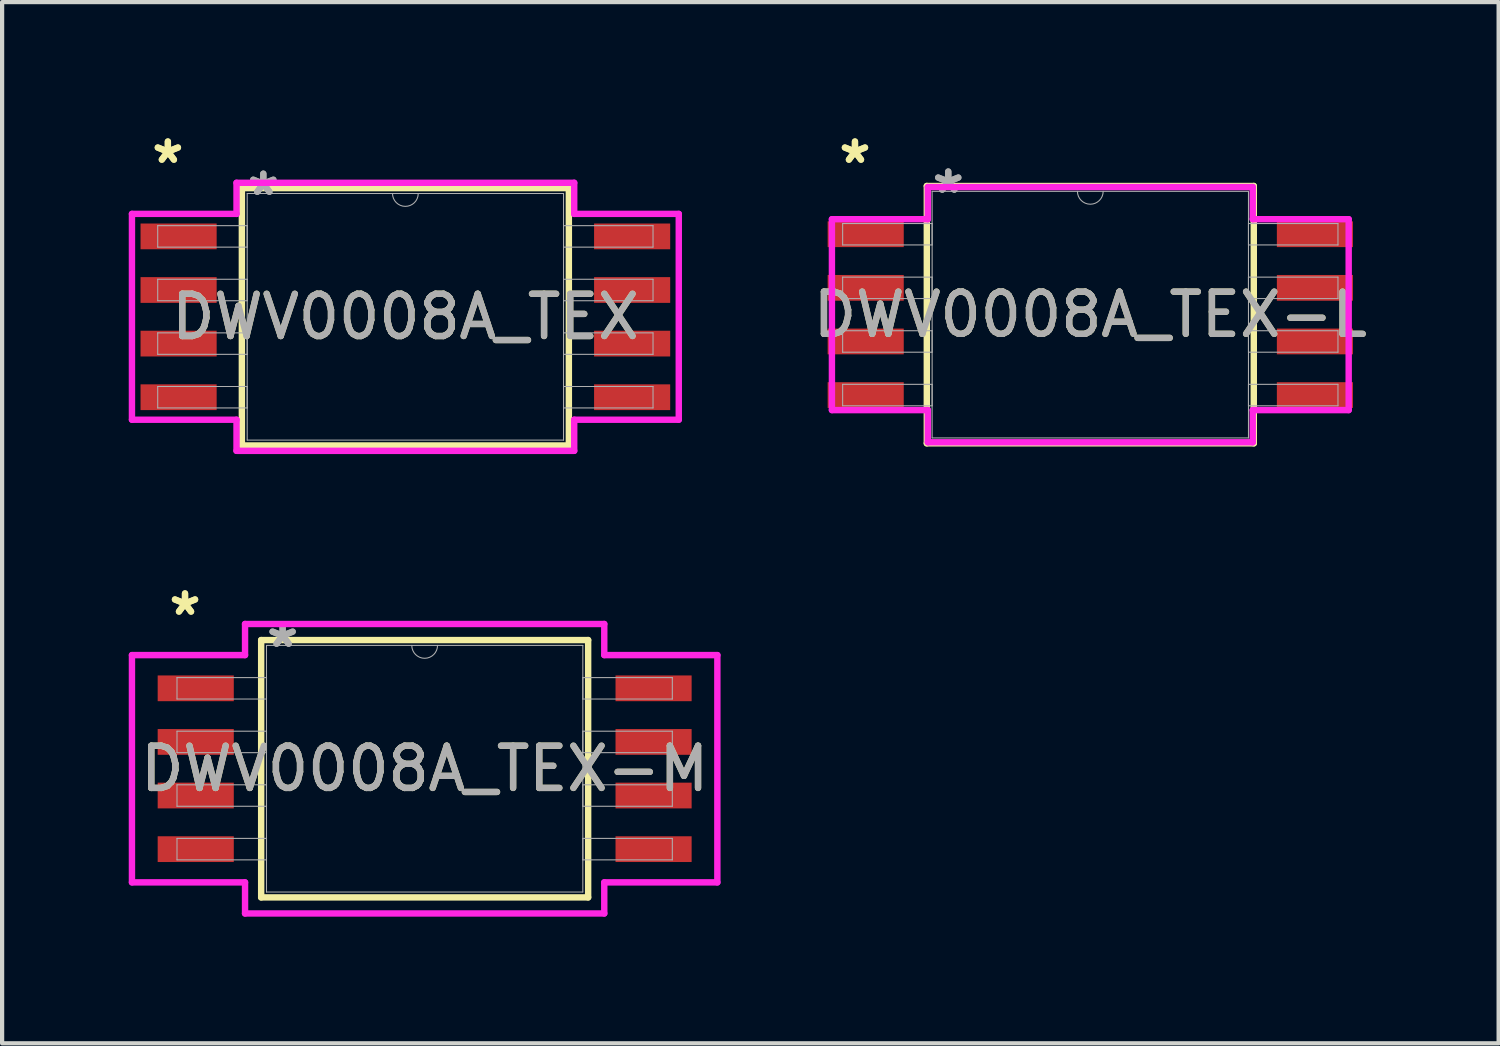
<source format=kicad_pcb>
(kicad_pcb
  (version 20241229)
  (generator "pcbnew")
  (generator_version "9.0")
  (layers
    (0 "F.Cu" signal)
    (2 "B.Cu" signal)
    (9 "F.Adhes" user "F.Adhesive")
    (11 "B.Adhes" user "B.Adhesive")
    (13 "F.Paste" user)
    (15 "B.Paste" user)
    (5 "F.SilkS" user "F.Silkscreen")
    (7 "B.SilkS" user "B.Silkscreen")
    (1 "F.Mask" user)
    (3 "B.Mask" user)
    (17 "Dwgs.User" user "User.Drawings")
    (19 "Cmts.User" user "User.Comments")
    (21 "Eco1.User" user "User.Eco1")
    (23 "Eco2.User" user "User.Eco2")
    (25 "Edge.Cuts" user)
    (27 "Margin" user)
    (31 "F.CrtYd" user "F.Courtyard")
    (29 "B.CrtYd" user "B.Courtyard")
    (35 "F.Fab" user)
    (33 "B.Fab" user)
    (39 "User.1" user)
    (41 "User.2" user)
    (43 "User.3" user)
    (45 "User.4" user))
  (footprint "DWV0008A_TEX-M"
    (layer "F.Cu")
    (at 7.01 15.161)
    (property "Reference" "DWV0008A_TEX-M" (at 0 0 0) (unlocked yes) (layer "F.SilkS") (effects (font (size 1 1) (thickness 0.15))))
    (attr smd)
    (fp_line (start -3.873 -3.048) (end -3.873 3.048) (stroke (width 0.152) (type solid)) (layer "F.SilkS"))
    (fp_line (start -3.873 3.048) (end 3.873 3.048) (stroke (width 0.152) (type solid)) (layer "F.SilkS"))
    (fp_line (start 3.873 -3.048) (end -3.873 -3.048) (stroke (width 0.152) (type solid)) (layer "F.SilkS"))
    (fp_line (start 3.873 3.048) (end 3.873 -3.048) (stroke (width 0.152) (type solid)) (layer "F.SilkS"))
    (fp_line (start -6.934 -2.692) (end -4.255 -2.692) (stroke (width 0.152) (type solid)) (layer "F.CrtYd"))
    (fp_line (start -6.934 2.692) (end -6.934 -2.692) (stroke (width 0.152) (type solid)) (layer "F.CrtYd"))
    (fp_line (start -6.934 2.692) (end -4.255 2.692) (stroke (width 0.152) (type solid)) (layer "F.CrtYd"))
    (fp_line (start -4.255 -3.429) (end 4.255 -3.429) (stroke (width 0.152) (type solid)) (layer "F.CrtYd"))
    (fp_line (start -4.255 -2.692) (end -4.255 -3.429) (stroke (width 0.152) (type solid)) (layer "F.CrtYd"))
    (fp_line (start -4.255 3.429) (end -4.255 2.692) (stroke (width 0.152) (type solid)) (layer "F.CrtYd"))
    (fp_line (start 4.255 -3.429) (end 4.255 -2.692) (stroke (width 0.152) (type solid)) (layer "F.CrtYd"))
    (fp_line (start 4.255 2.692) (end 4.255 3.429) (stroke (width 0.152) (type solid)) (layer "F.CrtYd"))
    (fp_line (start 4.255 3.429) (end -4.255 3.429) (stroke (width 0.152) (type solid)) (layer "F.CrtYd"))
    (fp_line (start 6.934 -2.692) (end 4.255 -2.692) (stroke (width 0.152) (type solid)) (layer "F.CrtYd"))
    (fp_line (start 6.934 -2.692) (end 6.934 2.692) (stroke (width 0.152) (type solid)) (layer "F.CrtYd"))
    (fp_line (start 6.934 2.692) (end 4.255 2.692) (stroke (width 0.152) (type solid)) (layer "F.CrtYd"))
    (fp_line (start -5.867 -2.159) (end -5.867 -1.651) (stroke (width 0.025) (type solid)) (layer "F.Fab"))
    (fp_line (start -5.867 -1.651) (end -3.747 -1.651) (stroke (width 0.025) (type solid)) (layer "F.Fab"))
    (fp_line (start -5.867 -0.889) (end -5.867 -0.381) (stroke (width 0.025) (type solid)) (layer "F.Fab"))
    (fp_line (start -5.867 -0.381) (end -3.747 -0.381) (stroke (width 0.025) (type solid)) (layer "F.Fab"))
    (fp_line (start -5.867 0.381) (end -5.867 0.889) (stroke (width 0.025) (type solid)) (layer "F.Fab"))
    (fp_line (start -5.867 0.889) (end -3.747 0.889) (stroke (width 0.025) (type solid)) (layer "F.Fab"))
    (fp_line (start -5.867 1.651) (end -5.867 2.159) (stroke (width 0.025) (type solid)) (layer "F.Fab"))
    (fp_line (start -5.867 2.159) (end -3.747 2.159) (stroke (width 0.025) (type solid)) (layer "F.Fab"))
    (fp_line (start -3.747 -2.921) (end -3.747 2.921) (stroke (width 0.025) (type solid)) (layer "F.Fab"))
    (fp_line (start -3.747 -2.159) (end -5.867 -2.159) (stroke (width 0.025) (type solid)) (layer "F.Fab"))
    (fp_line (start -3.747 -1.651) (end -3.747 -2.159) (stroke (width 0.025) (type solid)) (layer "F.Fab"))
    (fp_line (start -3.747 -0.889) (end -5.867 -0.889) (stroke (width 0.025) (type solid)) (layer "F.Fab"))
    (fp_line (start -3.747 -0.381) (end -3.747 -0.889) (stroke (width 0.025) (type solid)) (layer "F.Fab"))
    (fp_line (start -3.747 0.381) (end -5.867 0.381) (stroke (width 0.025) (type solid)) (layer "F.Fab"))
    (fp_line (start -3.747 0.889) (end -3.747 0.381) (stroke (width 0.025) (type solid)) (layer "F.Fab"))
    (fp_line (start -3.747 1.651) (end -5.867 1.651) (stroke (width 0.025) (type solid)) (layer "F.Fab"))
    (fp_line (start -3.747 2.159) (end -3.747 1.651) (stroke (width 0.025) (type solid)) (layer "F.Fab"))
    (fp_line (start -3.747 2.921) (end 3.747 2.921) (stroke (width 0.025) (type solid)) (layer "F.Fab"))
    (fp_line (start 3.747 -2.921) (end -3.747 -2.921) (stroke (width 0.025) (type solid)) (layer "F.Fab"))
    (fp_line (start 3.747 -2.159) (end 3.747 -1.651) (stroke (width 0.025) (type solid)) (layer "F.Fab"))
    (fp_line (start 3.747 -1.651) (end 5.867 -1.651) (stroke (width 0.025) (type solid)) (layer "F.Fab"))
    (fp_line (start 3.747 -0.889) (end 3.747 -0.381) (stroke (width 0.025) (type solid)) (layer "F.Fab"))
    (fp_line (start 3.747 -0.381) (end 5.867 -0.381) (stroke (width 0.025) (type solid)) (layer "F.Fab"))
    (fp_line (start 3.747 0.381) (end 3.747 0.889) (stroke (width 0.025) (type solid)) (layer "F.Fab"))
    (fp_line (start 3.747 0.889) (end 5.867 0.889) (stroke (width 0.025) (type solid)) (layer "F.Fab"))
    (fp_line (start 3.747 1.651) (end 3.747 2.159) (stroke (width 0.025) (type solid)) (layer "F.Fab"))
    (fp_line (start 3.747 2.159) (end 5.867 2.159) (stroke (width 0.025) (type solid)) (layer "F.Fab"))
    (fp_line (start 3.747 2.921) (end 3.747 -2.921) (stroke (width 0.025) (type solid)) (layer "F.Fab"))
    (fp_line (start 5.867 -2.159) (end 3.747 -2.159) (stroke (width 0.025) (type solid)) (layer "F.Fab"))
    (fp_line (start 5.867 -1.651) (end 5.867 -2.159) (stroke (width 0.025) (type solid)) (layer "F.Fab"))
    (fp_line (start 5.867 -0.889) (end 3.747 -0.889) (stroke (width 0.025) (type solid)) (layer "F.Fab"))
    (fp_line (start 5.867 -0.381) (end 5.867 -0.889) (stroke (width 0.025) (type solid)) (layer "F.Fab"))
    (fp_line (start 5.867 0.381) (end 3.747 0.381) (stroke (width 0.025) (type solid)) (layer "F.Fab"))
    (fp_line (start 5.867 0.889) (end 5.867 0.381) (stroke (width 0.025) (type solid)) (layer "F.Fab"))
    (fp_line (start 5.867 1.651) (end 3.747 1.651) (stroke (width 0.025) (type solid)) (layer "F.Fab"))
    (fp_line (start 5.867 2.159) (end 5.867 1.651) (stroke (width 0.025) (type solid)) (layer "F.Fab"))
    (fp_arc (start 0.3048 -2.921) (mid 0 -2.6162) (end -0.3048 -2.921) (stroke (width 0.0254) (type solid)) (layer "F.Fab"))
    (fp_text user "*" (at -5.677 -3.607 0) (unlocked yes) (layer "F.SilkS") (effects (font (size 1 1) (thickness 0.15))))
    (fp_text user "*" (at -5.677 -3.607 0) (layer "F.SilkS") (effects (font (size 1 1) (thickness 0.15))))
    (fp_text user "*" (at -3.365 -2.845 0) (unlocked yes) (layer "F.Fab") (effects (font (size 1 1) (thickness 0.15))))
    (fp_text user "*" (at -3.365 -2.845 0) (layer "F.Fab") (effects (font (size 1 1) (thickness 0.15))))
    (fp_text user "${REFERENCE}" (at 0 0 0) (unlocked yes) (layer "F.Fab") (effects (font (size 1 1) (thickness 0.15))))
    (pad "1" smd rect (at -5.423 -1.905) (size 1.803 0.61) (layers "F.Cu" "F.Mask" "F.Paste"))
    (pad "2" smd rect (at -5.423 -0.635) (size 1.803 0.61) (layers "F.Cu" "F.Mask" "F.Paste"))
    (pad "3" smd rect (at -5.423 0.635) (size 1.803 0.61) (layers "F.Cu" "F.Mask" "F.Paste"))
    (pad "4" smd rect (at -5.423 1.905) (size 1.803 0.61) (layers "F.Cu" "F.Mask" "F.Paste"))
    (pad "5" smd rect (at 5.423 1.905) (size 1.803 0.61) (layers "F.Cu" "F.Mask" "F.Paste"))
    (pad "6" smd rect (at 5.423 0.635) (size 1.803 0.61) (layers "F.Cu" "F.Mask" "F.Paste"))
    (pad "7" smd rect (at 5.423 -0.635) (size 1.803 0.61) (layers "F.Cu" "F.Mask" "F.Paste"))
    (pad "8" smd rect (at 5.423 -1.905) (size 1.803 0.61) (layers "F.Cu" "F.Mask" "F.Paste")))
  (footprint "DWV0008A_TEX-L"
    (layer "F.Cu")
    (at 22.779 4.404)
    (property "Reference" "DWV0008A_TEX-L" (at 0 0 0) (unlocked yes) (layer "F.SilkS") (effects (font (size 1 1) (thickness 0.15))))
    (attr smd)
    (fp_line (start -3.873 -3.048) (end -3.873 3.048) (stroke (width 0.152) (type solid)) (layer "F.SilkS"))
    (fp_line (start -3.873 3.048) (end 3.873 3.048) (stroke (width 0.152) (type solid)) (layer "F.SilkS"))
    (fp_line (start 3.873 -3.048) (end -3.873 -3.048) (stroke (width 0.152) (type solid)) (layer "F.SilkS"))
    (fp_line (start 3.873 3.048) (end 3.873 -3.048) (stroke (width 0.152) (type solid)) (layer "F.SilkS"))
    (fp_line (start -6.121 -2.261) (end -3.848 -2.261) (stroke (width 0.152) (type solid)) (layer "F.CrtYd"))
    (fp_line (start -6.121 2.261) (end -6.121 -2.261) (stroke (width 0.152) (type solid)) (layer "F.CrtYd"))
    (fp_line (start -6.121 2.261) (end -3.848 2.261) (stroke (width 0.152) (type solid)) (layer "F.CrtYd"))
    (fp_line (start -3.848 -3.023) (end 3.848 -3.023) (stroke (width 0.152) (type solid)) (layer "F.CrtYd"))
    (fp_line (start -3.848 -2.261) (end -3.848 -3.023) (stroke (width 0.152) (type solid)) (layer "F.CrtYd"))
    (fp_line (start -3.848 3.023) (end -3.848 2.261) (stroke (width 0.152) (type solid)) (layer "F.CrtYd"))
    (fp_line (start 3.848 -3.023) (end 3.848 -2.261) (stroke (width 0.152) (type solid)) (layer "F.CrtYd"))
    (fp_line (start 3.848 2.261) (end 3.848 3.023) (stroke (width 0.152) (type solid)) (layer "F.CrtYd"))
    (fp_line (start 3.848 3.023) (end -3.848 3.023) (stroke (width 0.152) (type solid)) (layer "F.CrtYd"))
    (fp_line (start 6.121 -2.261) (end 3.848 -2.261) (stroke (width 0.152) (type solid)) (layer "F.CrtYd"))
    (fp_line (start 6.121 -2.261) (end 6.121 2.261) (stroke (width 0.152) (type solid)) (layer "F.CrtYd"))
    (fp_line (start 6.121 2.261) (end 3.848 2.261) (stroke (width 0.152) (type solid)) (layer "F.CrtYd"))
    (fp_line (start -5.867 -2.159) (end -5.867 -1.651) (stroke (width 0.025) (type solid)) (layer "F.Fab"))
    (fp_line (start -5.867 -1.651) (end -3.747 -1.651) (stroke (width 0.025) (type solid)) (layer "F.Fab"))
    (fp_line (start -5.867 -0.889) (end -5.867 -0.381) (stroke (width 0.025) (type solid)) (layer "F.Fab"))
    (fp_line (start -5.867 -0.381) (end -3.747 -0.381) (stroke (width 0.025) (type solid)) (layer "F.Fab"))
    (fp_line (start -5.867 0.381) (end -5.867 0.889) (stroke (width 0.025) (type solid)) (layer "F.Fab"))
    (fp_line (start -5.867 0.889) (end -3.747 0.889) (stroke (width 0.025) (type solid)) (layer "F.Fab"))
    (fp_line (start -5.867 1.651) (end -5.867 2.159) (stroke (width 0.025) (type solid)) (layer "F.Fab"))
    (fp_line (start -5.867 2.159) (end -3.747 2.159) (stroke (width 0.025) (type solid)) (layer "F.Fab"))
    (fp_line (start -3.747 -2.921) (end -3.747 2.921) (stroke (width 0.025) (type solid)) (layer "F.Fab"))
    (fp_line (start -3.747 -2.159) (end -5.867 -2.159) (stroke (width 0.025) (type solid)) (layer "F.Fab"))
    (fp_line (start -3.747 -1.651) (end -3.747 -2.159) (stroke (width 0.025) (type solid)) (layer "F.Fab"))
    (fp_line (start -3.747 -0.889) (end -5.867 -0.889) (stroke (width 0.025) (type solid)) (layer "F.Fab"))
    (fp_line (start -3.747 -0.381) (end -3.747 -0.889) (stroke (width 0.025) (type solid)) (layer "F.Fab"))
    (fp_line (start -3.747 0.381) (end -5.867 0.381) (stroke (width 0.025) (type solid)) (layer "F.Fab"))
    (fp_line (start -3.747 0.889) (end -3.747 0.381) (stroke (width 0.025) (type solid)) (layer "F.Fab"))
    (fp_line (start -3.747 1.651) (end -5.867 1.651) (stroke (width 0.025) (type solid)) (layer "F.Fab"))
    (fp_line (start -3.747 2.159) (end -3.747 1.651) (stroke (width 0.025) (type solid)) (layer "F.Fab"))
    (fp_line (start -3.747 2.921) (end 3.747 2.921) (stroke (width 0.025) (type solid)) (layer "F.Fab"))
    (fp_line (start 3.747 -2.921) (end -3.747 -2.921) (stroke (width 0.025) (type solid)) (layer "F.Fab"))
    (fp_line (start 3.747 -2.159) (end 3.747 -1.651) (stroke (width 0.025) (type solid)) (layer "F.Fab"))
    (fp_line (start 3.747 -1.651) (end 5.867 -1.651) (stroke (width 0.025) (type solid)) (layer "F.Fab"))
    (fp_line (start 3.747 -0.889) (end 3.747 -0.381) (stroke (width 0.025) (type solid)) (layer "F.Fab"))
    (fp_line (start 3.747 -0.381) (end 5.867 -0.381) (stroke (width 0.025) (type solid)) (layer "F.Fab"))
    (fp_line (start 3.747 0.381) (end 3.747 0.889) (stroke (width 0.025) (type solid)) (layer "F.Fab"))
    (fp_line (start 3.747 0.889) (end 5.867 0.889) (stroke (width 0.025) (type solid)) (layer "F.Fab"))
    (fp_line (start 3.747 1.651) (end 3.747 2.159) (stroke (width 0.025) (type solid)) (layer "F.Fab"))
    (fp_line (start 3.747 2.159) (end 5.867 2.159) (stroke (width 0.025) (type solid)) (layer "F.Fab"))
    (fp_line (start 3.747 2.921) (end 3.747 -2.921) (stroke (width 0.025) (type solid)) (layer "F.Fab"))
    (fp_line (start 5.867 -2.159) (end 3.747 -2.159) (stroke (width 0.025) (type solid)) (layer "F.Fab"))
    (fp_line (start 5.867 -1.651) (end 5.867 -2.159) (stroke (width 0.025) (type solid)) (layer "F.Fab"))
    (fp_line (start 5.867 -0.889) (end 3.747 -0.889) (stroke (width 0.025) (type solid)) (layer "F.Fab"))
    (fp_line (start 5.867 -0.381) (end 5.867 -0.889) (stroke (width 0.025) (type solid)) (layer "F.Fab"))
    (fp_line (start 5.867 0.381) (end 3.747 0.381) (stroke (width 0.025) (type solid)) (layer "F.Fab"))
    (fp_line (start 5.867 0.889) (end 5.867 0.381) (stroke (width 0.025) (type solid)) (layer "F.Fab"))
    (fp_line (start 5.867 1.651) (end 3.747 1.651) (stroke (width 0.025) (type solid)) (layer "F.Fab"))
    (fp_line (start 5.867 2.159) (end 5.867 1.651) (stroke (width 0.025) (type solid)) (layer "F.Fab"))
    (fp_arc (start 0.3048 -2.921) (mid 0 -2.6162) (end -0.3048 -2.921) (stroke (width 0.0254) (type solid)) (layer "F.Fab"))
    (fp_text user "*" (at -5.575 -3.556 0) (layer "F.SilkS") (effects (font (size 1 1) (thickness 0.15))))
    (fp_text user "*" (at -5.575 -3.556 0) (unlocked yes) (layer "F.SilkS") (effects (font (size 1 1) (thickness 0.15))))
    (fp_text user "*" (at -3.365 -2.845 0) (layer "F.Fab") (effects (font (size 1 1) (thickness 0.15))))
    (fp_text user "*" (at -3.365 -2.845 0) (unlocked yes) (layer "F.Fab") (effects (font (size 1 1) (thickness 0.15))))
    (fp_text user "${REFERENCE}" (at 0 0 0) (unlocked yes) (layer "F.Fab") (effects (font (size 1 1) (thickness 0.15))))
    (pad "1" smd rect (at -5.321 -1.905) (size 1.803 0.61) (layers "F.Cu" "F.Mask" "F.Paste"))
    (pad "2" smd rect (at -5.321 -0.635) (size 1.803 0.61) (layers "F.Cu" "F.Mask" "F.Paste"))
    (pad "3" smd rect (at -5.321 0.635) (size 1.803 0.61) (layers "F.Cu" "F.Mask" "F.Paste"))
    (pad "4" smd rect (at -5.321 1.905) (size 1.803 0.61) (layers "F.Cu" "F.Mask" "F.Paste"))
    (pad "5" smd rect (at 5.321 1.905) (size 1.803 0.61) (layers "F.Cu" "F.Mask" "F.Paste"))
    (pad "6" smd rect (at 5.321 0.635) (size 1.803 0.61) (layers "F.Cu" "F.Mask" "F.Paste"))
    (pad "7" smd rect (at 5.321 -0.635) (size 1.803 0.61) (layers "F.Cu" "F.Mask" "F.Paste"))
    (pad "8" smd rect (at 5.321 -1.905) (size 1.803 0.61) (layers "F.Cu" "F.Mask" "F.Paste")))
  (footprint "DWV0008A_TEX"
    (layer "F.Cu")
    (at 6.553 4.455)
    (property "Reference" "DWV0008A_TEX" (at 0 0 0) (unlocked yes) (layer "F.SilkS") (effects (font (size 1 1) (thickness 0.15))))
    (attr smd)
    (fp_line (start -3.873 -3.048) (end -3.873 3.048) (stroke (width 0.152) (type solid)) (layer "F.SilkS"))
    (fp_line (start -3.873 3.048) (end 3.873 3.048) (stroke (width 0.152) (type solid)) (layer "F.SilkS"))
    (fp_line (start 3.873 -3.048) (end -3.873 -3.048) (stroke (width 0.152) (type solid)) (layer "F.SilkS"))
    (fp_line (start 3.873 3.048) (end 3.873 -3.048) (stroke (width 0.152) (type solid)) (layer "F.SilkS"))
    (fp_line (start -6.477 -2.438) (end -4 -2.438) (stroke (width 0.152) (type solid)) (layer "F.CrtYd"))
    (fp_line (start -6.477 2.438) (end -6.477 -2.438) (stroke (width 0.152) (type solid)) (layer "F.CrtYd"))
    (fp_line (start -6.477 2.438) (end -4 2.438) (stroke (width 0.152) (type solid)) (layer "F.CrtYd"))
    (fp_line (start -4 -3.175) (end 4 -3.175) (stroke (width 0.152) (type solid)) (layer "F.CrtYd"))
    (fp_line (start -4 -2.438) (end -4 -3.175) (stroke (width 0.152) (type solid)) (layer "F.CrtYd"))
    (fp_line (start -4 3.175) (end -4 2.438) (stroke (width 0.152) (type solid)) (layer "F.CrtYd"))
    (fp_line (start 4 -3.175) (end 4 -2.438) (stroke (width 0.152) (type solid)) (layer "F.CrtYd"))
    (fp_line (start 4 2.438) (end 4 3.175) (stroke (width 0.152) (type solid)) (layer "F.CrtYd"))
    (fp_line (start 4 3.175) (end -4 3.175) (stroke (width 0.152) (type solid)) (layer "F.CrtYd"))
    (fp_line (start 6.477 -2.438) (end 4 -2.438) (stroke (width 0.152) (type solid)) (layer "F.CrtYd"))
    (fp_line (start 6.477 -2.438) (end 6.477 2.438) (stroke (width 0.152) (type solid)) (layer "F.CrtYd"))
    (fp_line (start 6.477 2.438) (end 4 2.438) (stroke (width 0.152) (type solid)) (layer "F.CrtYd"))
    (fp_line (start -5.867 -2.159) (end -5.867 -1.651) (stroke (width 0.025) (type solid)) (layer "F.Fab"))
    (fp_line (start -5.867 -1.651) (end -3.747 -1.651) (stroke (width 0.025) (type solid)) (layer "F.Fab"))
    (fp_line (start -5.867 -0.889) (end -5.867 -0.381) (stroke (width 0.025) (type solid)) (layer "F.Fab"))
    (fp_line (start -5.867 -0.381) (end -3.747 -0.381) (stroke (width 0.025) (type solid)) (layer "F.Fab"))
    (fp_line (start -5.867 0.381) (end -5.867 0.889) (stroke (width 0.025) (type solid)) (layer "F.Fab"))
    (fp_line (start -5.867 0.889) (end -3.747 0.889) (stroke (width 0.025) (type solid)) (layer "F.Fab"))
    (fp_line (start -5.867 1.651) (end -5.867 2.159) (stroke (width 0.025) (type solid)) (layer "F.Fab"))
    (fp_line (start -5.867 2.159) (end -3.747 2.159) (stroke (width 0.025) (type solid)) (layer "F.Fab"))
    (fp_line (start -3.747 -2.921) (end -3.747 2.921) (stroke (width 0.025) (type solid)) (layer "F.Fab"))
    (fp_line (start -3.747 -2.159) (end -5.867 -2.159) (stroke (width 0.025) (type solid)) (layer "F.Fab"))
    (fp_line (start -3.747 -1.651) (end -3.747 -2.159) (stroke (width 0.025) (type solid)) (layer "F.Fab"))
    (fp_line (start -3.747 -0.889) (end -5.867 -0.889) (stroke (width 0.025) (type solid)) (layer "F.Fab"))
    (fp_line (start -3.747 -0.381) (end -3.747 -0.889) (stroke (width 0.025) (type solid)) (layer "F.Fab"))
    (fp_line (start -3.747 0.381) (end -5.867 0.381) (stroke (width 0.025) (type solid)) (layer "F.Fab"))
    (fp_line (start -3.747 0.889) (end -3.747 0.381) (stroke (width 0.025) (type solid)) (layer "F.Fab"))
    (fp_line (start -3.747 1.651) (end -5.867 1.651) (stroke (width 0.025) (type solid)) (layer "F.Fab"))
    (fp_line (start -3.747 2.159) (end -3.747 1.651) (stroke (width 0.025) (type solid)) (layer "F.Fab"))
    (fp_line (start -3.747 2.921) (end 3.747 2.921) (stroke (width 0.025) (type solid)) (layer "F.Fab"))
    (fp_line (start 3.747 -2.921) (end -3.747 -2.921) (stroke (width 0.025) (type solid)) (layer "F.Fab"))
    (fp_line (start 3.747 -2.159) (end 3.747 -1.651) (stroke (width 0.025) (type solid)) (layer "F.Fab"))
    (fp_line (start 3.747 -1.651) (end 5.867 -1.651) (stroke (width 0.025) (type solid)) (layer "F.Fab"))
    (fp_line (start 3.747 -0.889) (end 3.747 -0.381) (stroke (width 0.025) (type solid)) (layer "F.Fab"))
    (fp_line (start 3.747 -0.381) (end 5.867 -0.381) (stroke (width 0.025) (type solid)) (layer "F.Fab"))
    (fp_line (start 3.747 0.381) (end 3.747 0.889) (stroke (width 0.025) (type solid)) (layer "F.Fab"))
    (fp_line (start 3.747 0.889) (end 5.867 0.889) (stroke (width 0.025) (type solid)) (layer "F.Fab"))
    (fp_line (start 3.747 1.651) (end 3.747 2.159) (stroke (width 0.025) (type solid)) (layer "F.Fab"))
    (fp_line (start 3.747 2.159) (end 5.867 2.159) (stroke (width 0.025) (type solid)) (layer "F.Fab"))
    (fp_line (start 3.747 2.921) (end 3.747 -2.921) (stroke (width 0.025) (type solid)) (layer "F.Fab"))
    (fp_line (start 5.867 -2.159) (end 3.747 -2.159) (stroke (width 0.025) (type solid)) (layer "F.Fab"))
    (fp_line (start 5.867 -1.651) (end 5.867 -2.159) (stroke (width 0.025) (type solid)) (layer "F.Fab"))
    (fp_line (start 5.867 -0.889) (end 3.747 -0.889) (stroke (width 0.025) (type solid)) (layer "F.Fab"))
    (fp_line (start 5.867 -0.381) (end 5.867 -0.889) (stroke (width 0.025) (type solid)) (layer "F.Fab"))
    (fp_line (start 5.867 0.381) (end 3.747 0.381) (stroke (width 0.025) (type solid)) (layer "F.Fab"))
    (fp_line (start 5.867 0.889) (end 5.867 0.381) (stroke (width 0.025) (type solid)) (layer "F.Fab"))
    (fp_line (start 5.867 1.651) (end 3.747 1.651) (stroke (width 0.025) (type solid)) (layer "F.Fab"))
    (fp_line (start 5.867 2.159) (end 5.867 1.651) (stroke (width 0.025) (type solid)) (layer "F.Fab"))
    (fp_arc (start 0.3048 -2.921) (mid 0 -2.6162) (end -0.3048 -2.921) (stroke (width 0.0254) (type solid)) (layer "F.Fab"))
    (fp_text user "*" (at -5.626 -3.607 0) (unlocked yes) (layer "F.SilkS") (effects (font (size 1 1) (thickness 0.15))))
    (fp_text user "*" (at -5.626 -3.607 0) (layer "F.SilkS") (effects (font (size 1 1) (thickness 0.15))))
    (fp_text user "${REFERENCE}" (at 0 0 0) (unlocked yes) (layer "F.Fab") (effects (font (size 1 1) (thickness 0.15))))
    (fp_text user "*" (at -3.365 -2.845 0) (layer "F.Fab") (effects (font (size 1 1) (thickness 0.15))))
    (fp_text user "*" (at -3.365 -2.845 0) (unlocked yes) (layer "F.Fab") (effects (font (size 1 1) (thickness 0.15))))
    (pad "1" smd rect (at -5.372 -1.905) (size 1.803 0.61) (layers "F.Cu" "F.Mask" "F.Paste"))
    (pad "2" smd rect (at -5.372 -0.635) (size 1.803 0.61) (layers "F.Cu" "F.Mask" "F.Paste"))
    (pad "3" smd rect (at -5.372 0.635) (size 1.803 0.61) (layers "F.Cu" "F.Mask" "F.Paste"))
    (pad "4" smd rect (at -5.372 1.905) (size 1.803 0.61) (layers "F.Cu" "F.Mask" "F.Paste"))
    (pad "5" smd rect (at 5.372 1.905) (size 1.803 0.61) (layers "F.Cu" "F.Mask" "F.Paste"))
    (pad "6" smd rect (at 5.372 0.635) (size 1.803 0.61) (layers "F.Cu" "F.Mask" "F.Paste"))
    (pad "7" smd rect (at 5.372 -0.635) (size 1.803 0.61) (layers "F.Cu" "F.Mask" "F.Paste"))
    (pad "8" smd rect (at 5.372 -1.905) (size 1.803 0.61) (layers "F.Cu" "F.Mask" "F.Paste")))
  (gr_rect
    (start -3 -3)
    (end 32.452 21.666)
    (stroke (width 0.1) (type default))
    (fill no)
    (layer "Edge.Cuts")))
</source>
